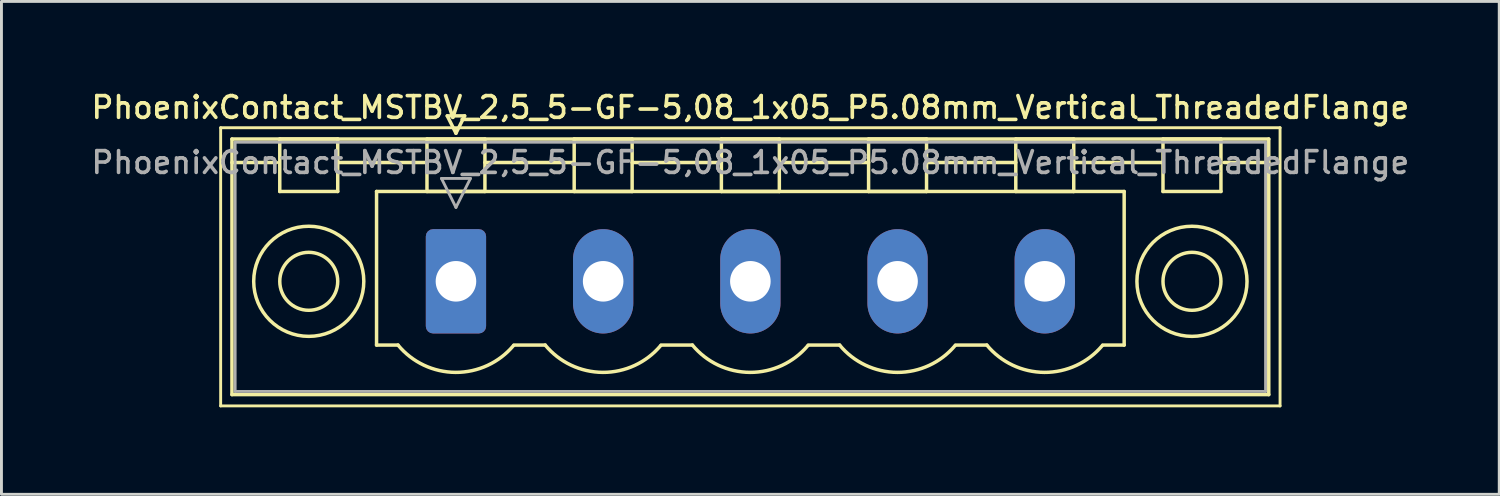
<source format=kicad_pcb>
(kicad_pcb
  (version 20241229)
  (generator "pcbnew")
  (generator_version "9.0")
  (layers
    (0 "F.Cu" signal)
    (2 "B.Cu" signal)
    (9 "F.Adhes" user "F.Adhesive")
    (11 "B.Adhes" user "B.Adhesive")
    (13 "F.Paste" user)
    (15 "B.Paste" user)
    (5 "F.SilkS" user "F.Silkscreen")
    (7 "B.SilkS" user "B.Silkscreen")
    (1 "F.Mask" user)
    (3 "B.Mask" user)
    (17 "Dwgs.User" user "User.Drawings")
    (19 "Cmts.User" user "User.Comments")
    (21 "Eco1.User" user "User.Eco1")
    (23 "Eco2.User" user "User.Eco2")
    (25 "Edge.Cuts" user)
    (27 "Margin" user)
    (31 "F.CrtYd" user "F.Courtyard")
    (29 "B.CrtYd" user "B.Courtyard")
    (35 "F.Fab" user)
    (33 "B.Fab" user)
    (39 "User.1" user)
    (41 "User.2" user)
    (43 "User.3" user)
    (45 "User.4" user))
  (footprint "PhoenixContact_MSTBV_2,5_5-GF-5,08_1x05_P5.08mm_Vertical_ThreadedFlange"
    (layer "F.Cu")
    (at 12.685 6.658)
    (property "Reference" "PhoenixContact_MSTBV_2,5_5-GF-5,08_1x05_P5.08mm_Vertical_ThreadedFlange" (at 10.16 -6 0) (layer "F.SilkS") (effects (font (size 0.75 0.75) (thickness 0.125))))
    (attr through_hole)
    (fp_line (start -8.12 -5.3) (end -8.12 4.3) (stroke (width 0.1) (type solid)) (layer "F.SilkS"))
    (fp_line (start -8.12 4.3) (end 28.44 4.3) (stroke (width 0.1) (type solid)) (layer "F.SilkS"))
    (fp_line (start -7.73 -4.91) (end -7.73 3.91) (stroke (width 0.12) (type solid)) (layer "F.SilkS"))
    (fp_line (start -7.73 -4.1) (end -6.19 -4.1) (stroke (width 0.12) (type solid)) (layer "F.SilkS"))
    (fp_line (start -7.73 3.91) (end 28.05 3.91) (stroke (width 0.12) (type solid)) (layer "F.SilkS"))
    (fp_line (start -6.08 -4.91) (end -4.08 -4.91) (stroke (width 0.12) (type solid)) (layer "F.SilkS"))
    (fp_line (start -6.08 -3.1) (end -6.08 -4.91) (stroke (width 0.12) (type solid)) (layer "F.SilkS"))
    (fp_line (start -4.08 -4.91) (end -4.08 -3.1) (stroke (width 0.12) (type solid)) (layer "F.SilkS"))
    (fp_line (start -4.08 -4.1) (end -1 -4.1) (stroke (width 0.12) (type solid)) (layer "F.SilkS"))
    (fp_line (start -4.08 -3.1) (end -6.08 -3.1) (stroke (width 0.12) (type solid)) (layer "F.SilkS"))
    (fp_line (start -2.74 -3.1) (end 23.06 -3.1) (stroke (width 0.12) (type solid)) (layer "F.SilkS"))
    (fp_line (start -2.74 2.2) (end -2.74 -3.1) (stroke (width 0.12) (type solid)) (layer "F.SilkS"))
    (fp_line (start -2 2.2) (end -2.74 2.2) (stroke (width 0.12) (type solid)) (layer "F.SilkS"))
    (fp_line (start -1 -4.91) (end 1 -4.91) (stroke (width 0.12) (type solid)) (layer "F.SilkS"))
    (fp_line (start -1 -3.1) (end -1 -4.91) (stroke (width 0.12) (type solid)) (layer "F.SilkS"))
    (fp_line (start -0.3 -5.71) (end 0.3 -5.71) (stroke (width 0.12) (type solid)) (layer "F.SilkS"))
    (fp_line (start 0 -5.11) (end -0.3 -5.71) (stroke (width 0.12) (type solid)) (layer "F.SilkS"))
    (fp_line (start 0.3 -5.71) (end 0 -5.11) (stroke (width 0.12) (type solid)) (layer "F.SilkS"))
    (fp_line (start 1 -4.91) (end 1 -3.1) (stroke (width 0.12) (type solid)) (layer "F.SilkS"))
    (fp_line (start 1 -4.1) (end 4.08 -4.1) (stroke (width 0.12) (type solid)) (layer "F.SilkS"))
    (fp_line (start 1 -3.1) (end -1 -3.1) (stroke (width 0.12) (type solid)) (layer "F.SilkS"))
    (fp_line (start 2 2.2) (end 3.08 2.2) (stroke (width 0.12) (type solid)) (layer "F.SilkS"))
    (fp_line (start 4.08 -4.91) (end 6.08 -4.91) (stroke (width 0.12) (type solid)) (layer "F.SilkS"))
    (fp_line (start 4.08 -3.1) (end 4.08 -4.91) (stroke (width 0.12) (type solid)) (layer "F.SilkS"))
    (fp_line (start 6.08 -4.91) (end 6.08 -3.1) (stroke (width 0.12) (type solid)) (layer "F.SilkS"))
    (fp_line (start 6.08 -4.1) (end 9.16 -4.1) (stroke (width 0.12) (type solid)) (layer "F.SilkS"))
    (fp_line (start 6.08 -3.1) (end 4.08 -3.1) (stroke (width 0.12) (type solid)) (layer "F.SilkS"))
    (fp_line (start 7.08 2.2) (end 8.16 2.2) (stroke (width 0.12) (type solid)) (layer "F.SilkS"))
    (fp_line (start 9.16 -4.91) (end 11.16 -4.91) (stroke (width 0.12) (type solid)) (layer "F.SilkS"))
    (fp_line (start 9.16 -3.1) (end 9.16 -4.91) (stroke (width 0.12) (type solid)) (layer "F.SilkS"))
    (fp_line (start 11.16 -4.91) (end 11.16 -3.1) (stroke (width 0.12) (type solid)) (layer "F.SilkS"))
    (fp_line (start 11.16 -4.1) (end 14.24 -4.1) (stroke (width 0.12) (type solid)) (layer "F.SilkS"))
    (fp_line (start 11.16 -3.1) (end 9.16 -3.1) (stroke (width 0.12) (type solid)) (layer "F.SilkS"))
    (fp_line (start 12.16 2.2) (end 13.24 2.2) (stroke (width 0.12) (type solid)) (layer "F.SilkS"))
    (fp_line (start 14.24 -4.91) (end 16.24 -4.91) (stroke (width 0.12) (type solid)) (layer "F.SilkS"))
    (fp_line (start 14.24 -3.1) (end 14.24 -4.91) (stroke (width 0.12) (type solid)) (layer "F.SilkS"))
    (fp_line (start 16.24 -4.91) (end 16.24 -3.1) (stroke (width 0.12) (type solid)) (layer "F.SilkS"))
    (fp_line (start 16.24 -4.1) (end 19.32 -4.1) (stroke (width 0.12) (type solid)) (layer "F.SilkS"))
    (fp_line (start 16.24 -3.1) (end 14.24 -3.1) (stroke (width 0.12) (type solid)) (layer "F.SilkS"))
    (fp_line (start 17.24 2.2) (end 18.32 2.2) (stroke (width 0.12) (type solid)) (layer "F.SilkS"))
    (fp_line (start 19.32 -4.91) (end 21.32 -4.91) (stroke (width 0.12) (type solid)) (layer "F.SilkS"))
    (fp_line (start 19.32 -3.1) (end 19.32 -4.91) (stroke (width 0.12) (type solid)) (layer "F.SilkS"))
    (fp_line (start 21.32 -4.91) (end 21.32 -3.1) (stroke (width 0.12) (type solid)) (layer "F.SilkS"))
    (fp_line (start 21.32 -4.1) (end 24.4 -4.1) (stroke (width 0.12) (type solid)) (layer "F.SilkS"))
    (fp_line (start 21.32 -3.1) (end 19.32 -3.1) (stroke (width 0.12) (type solid)) (layer "F.SilkS"))
    (fp_line (start 23.06 -3.1) (end 23.06 2.2) (stroke (width 0.12) (type solid)) (layer "F.SilkS"))
    (fp_line (start 23.06 2.2) (end 22.32 2.2) (stroke (width 0.12) (type solid)) (layer "F.SilkS"))
    (fp_line (start 24.4 -4.91) (end 26.4 -4.91) (stroke (width 0.12) (type solid)) (layer "F.SilkS"))
    (fp_line (start 24.4 -3.1) (end 24.4 -4.91) (stroke (width 0.12) (type solid)) (layer "F.SilkS"))
    (fp_line (start 26.4 -4.91) (end 26.4 -3.1) (stroke (width 0.12) (type solid)) (layer "F.SilkS"))
    (fp_line (start 26.4 -3.1) (end 24.4 -3.1) (stroke (width 0.12) (type solid)) (layer "F.SilkS"))
    (fp_line (start 28.05 -4.91) (end -7.73 -4.91) (stroke (width 0.12) (type solid)) (layer "F.SilkS"))
    (fp_line (start 28.05 -4.1) (end 26.51 -4.1) (stroke (width 0.12) (type solid)) (layer "F.SilkS"))
    (fp_line (start 28.05 3.91) (end 28.05 -4.91) (stroke (width 0.12) (type solid)) (layer "F.SilkS"))
    (fp_line (start 28.44 -5.3) (end -8.12 -5.3) (stroke (width 0.1) (type solid)) (layer "F.SilkS"))
    (fp_line (start 28.44 4.3) (end 28.44 -5.3) (stroke (width 0.1) (type solid)) (layer "F.SilkS"))
    (fp_arc (start 1.986842 2.215821) (mid -0.010289 3.142758) (end -2 2.2) (stroke (width 0.12) (type solid)) (layer "F.SilkS"))
    (fp_arc (start 7.066842 2.215821) (mid 5.069711 3.142758) (end 3.08 2.2) (stroke (width 0.12) (type solid)) (layer "F.SilkS"))
    (fp_arc (start 12.146842 2.215821) (mid 10.149711 3.142758) (end 8.16 2.2) (stroke (width 0.12) (type solid)) (layer "F.SilkS"))
    (fp_arc (start 17.226842 2.215821) (mid 15.229711 3.142758) (end 13.24 2.2) (stroke (width 0.12) (type solid)) (layer "F.SilkS"))
    (fp_arc (start 22.306842 2.215821) (mid 20.309711 3.142758) (end 18.32 2.2) (stroke (width 0.12) (type solid)) (layer "F.SilkS"))
    (fp_circle (center -5.08 0) (end -4.08 0) (stroke (width 0.12) (type solid)) (fill no) (layer "F.SilkS"))
    (fp_circle (center -5.08 0) (end -3.18 0) (stroke (width 0.12) (type solid)) (fill no) (layer "F.SilkS"))
    (fp_circle (center 25.4 0) (end 26.4 0) (stroke (width 0.12) (type solid)) (fill no) (layer "F.SilkS"))
    (fp_circle (center 25.4 0) (end 27.3 0) (stroke (width 0.12) (type solid)) (fill no) (layer "F.SilkS"))
    (fp_line (start -7.62 -4.8) (end -7.62 3.8) (stroke (width 0.1) (type solid)) (layer "F.Fab"))
    (fp_line (start -7.62 3.8) (end 27.94 3.8) (stroke (width 0.1) (type solid)) (layer "F.Fab"))
    (fp_line (start -0.5 -3.55) (end 0.5 -3.55) (stroke (width 0.1) (type solid)) (layer "F.Fab"))
    (fp_line (start 0 -2.55) (end -0.5 -3.55) (stroke (width 0.1) (type solid)) (layer "F.Fab"))
    (fp_line (start 0.5 -3.55) (end 0 -2.55) (stroke (width 0.1) (type solid)) (layer "F.Fab"))
    (fp_line (start 27.94 -4.8) (end -7.62 -4.8) (stroke (width 0.1) (type solid)) (layer "F.Fab"))
    (fp_line (start 27.94 3.8) (end 27.94 -4.8) (stroke (width 0.1) (type solid)) (layer "F.Fab"))
    (fp_text user "${REFERENCE}" (at 10.16 -4.1 0) (layer "F.Fab") (effects (font (size 0.75 0.75) (thickness 0.125))))
    (pad "1" thru_hole roundrect (at 0 0) (size 2.08 3.6) (drill 1.4) (layers "*.Cu" "*.Mask") (roundrect_rratio 0.12))
    (pad "2" thru_hole oval (at 5.08 0) (size 2.08 3.6) (drill 1.4) (layers "*.Cu" "*.Mask"))
    (pad "3" thru_hole oval (at 10.16 0) (size 2.08 3.6) (drill 1.4) (layers "*.Cu" "*.Mask"))
    (pad "4" thru_hole oval (at 15.24 0) (size 2.08 3.6) (drill 1.4) (layers "*.Cu" "*.Mask"))
    (pad "5" thru_hole oval (at 20.32 0) (size 2.08 3.6) (drill 1.4) (layers "*.Cu" "*.Mask")))
  (gr_rect
    (start -3 -3)
    (end 48.689 14.008)
    (stroke (width 0.1) (type default))
    (fill no)
    (layer "Edge.Cuts")))
</source>
